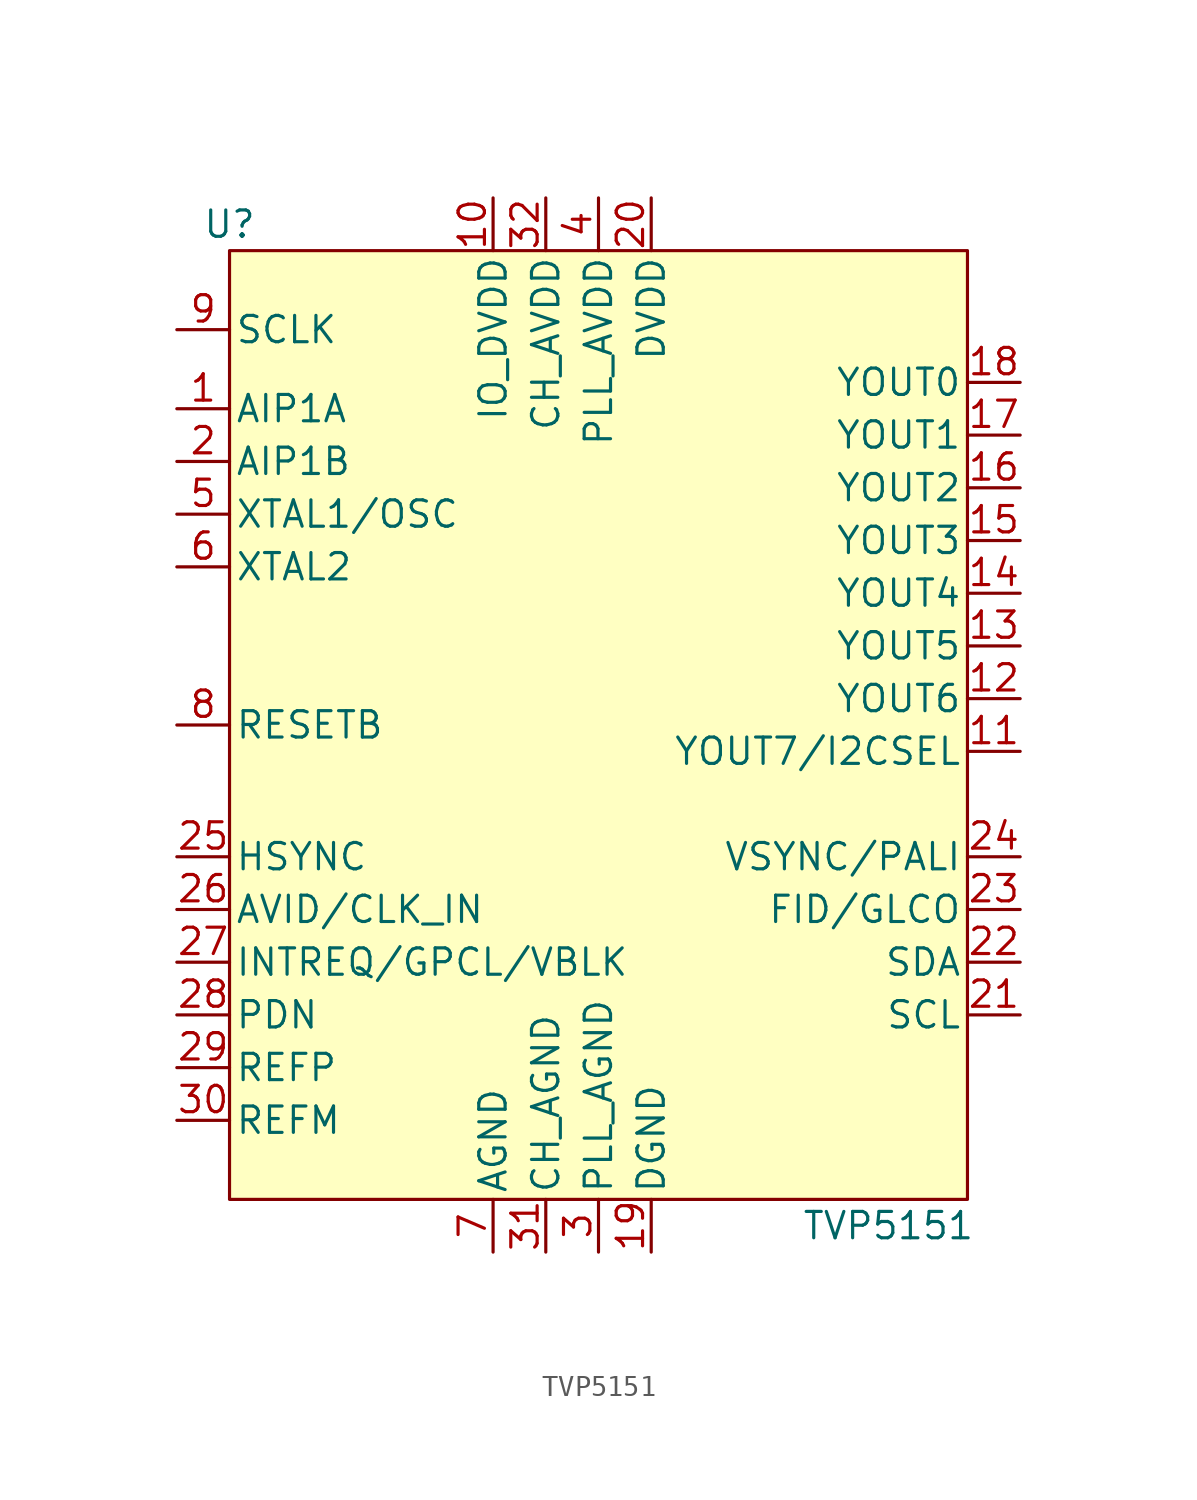
<source format=kicad_sym>
(kicad_symbol_lib
  (version 20241209)
  (generator "kicad_symbol_editor")
  (generator_version "9.0")
  (symbol "TVP5151"
    (pin_names
      (offset 0.254))
    (property "Reference" "U"
      (at -17.78 24.13 0)
      (effects (font (size 1.27 1.27))))
    (property "Value" "TVP5151"
      (at 13.97 -24.13 0)
      (effects (font (size 1.27 1.27))))
    (symbol "TVP5151_0_1"
      (pin input line (at -20.32 15.24 0) (length 2.54) (name "AIP1A" (effects (font (size 1.27 1.27)))) (number "1" (effects (font (size 1.27 1.27)))))
      (pin input line (at -20.32 12.7 0) (length 2.54) (name "AIP1B" (effects (font (size 1.27 1.27)))) (number "2" (effects (font (size 1.27 1.27)))))
      (pin bidirectional line (at -20.32 10.16 0) (length 2.54) (name "XTAL1/OSC" (effects (font (size 1.27 1.27)))) (number "5" (effects (font (size 1.27 1.27)))))
      (pin bidirectional line (at -20.32 7.62 0) (length 2.54) (name "XTAL2" (effects (font (size 1.27 1.27)))) (number "6" (effects (font (size 1.27 1.27)))))
      (pin input line (at -20.32 0 0) (length 2.54) (name "RESETB" (effects (font (size 1.27 1.27)))) (number "8" (effects (font (size 1.27 1.27)))))
      (pin output line (at -20.32 -6.35 0) (length 2.54) (name "HSYNC" (effects (font (size 1.27 1.27)))) (number "25" (effects (font (size 1.27 1.27)))))
      (pin bidirectional line (at -20.32 -8.89 0) (length 2.54) (name "AVID/CLK_IN" (effects (font (size 1.27 1.27)))) (number "26" (effects (font (size 1.27 1.27)))))
      (pin bidirectional line (at -20.32 -11.43 0) (length 2.54) (name "INTREQ/GPCL/VBLK" (effects (font (size 1.27 1.27)))) (number "27" (effects (font (size 1.27 1.27)))))
      (pin input line (at -20.32 -13.97 0) (length 2.54) (name "PDN" (effects (font (size 1.27 1.27)))) (number "28" (effects (font (size 1.27 1.27)))))
      (pin input line (at -20.32 -16.51 0) (length 2.54) (name "REFP" (effects (font (size 1.27 1.27)))) (number "29" (effects (font (size 1.27 1.27)))))
      (pin input line (at -20.32 -19.05 0) (length 2.54) (name "REFM" (effects (font (size 1.27 1.27)))) (number "30" (effects (font (size 1.27 1.27)))))
      (pin input line (at -5.08 25.4 270) (length 2.54) (name "IO_DVDD" (effects (font (size 1.27 1.27)))) (number "10" (effects (font (size 1.27 1.27)))))
      (pin input line (at -5.08 -25.4 90) (length 2.54) (name "AGND" (effects (font (size 1.27 1.27)))) (number "7" (effects (font (size 1.27 1.27)))))
      (pin input line (at -2.54 25.4 270) (length 2.54) (name "CH_AVDD" (effects (font (size 1.27 1.27)))) (number "32" (effects (font (size 1.27 1.27)))))
      (pin input line (at -2.54 -25.4 90) (length 2.54) (name "CH_AGND" (effects (font (size 1.27 1.27)))) (number "31" (effects (font (size 1.27 1.27)))))
      (pin input line (at 0 25.4 270) (length 2.54) (name "PLL_AVDD" (effects (font (size 1.27 1.27)))) (number "4" (effects (font (size 1.27 1.27)))))
      (pin input line (at 0 -25.4 90) (length 2.54) (name "PLL_AGND" (effects (font (size 1.27 1.27)))) (number "3" (effects (font (size 1.27 1.27)))))
      (pin input line (at 2.54 25.4 270) (length 2.54) (name "DVDD" (effects (font (size 1.27 1.27)))) (number "20" (effects (font (size 1.27 1.27)))))
      (pin input line (at 2.54 -25.4 90) (length 2.54) (name "DGND" (effects (font (size 1.27 1.27)))) (number "19" (effects (font (size 1.27 1.27)))))
      (pin bidirectional line (at 20.32 16.51 180) (length 2.54) (name "YOUT0" (effects (font (size 1.27 1.27)))) (number "18" (effects (font (size 1.27 1.27)))))
      (pin bidirectional line (at 20.32 13.97 180) (length 2.54) (name "YOUT1" (effects (font (size 1.27 1.27)))) (number "17" (effects (font (size 1.27 1.27)))))
      (pin bidirectional line (at 20.32 11.43 180) (length 2.54) (name "YOUT2" (effects (font (size 1.27 1.27)))) (number "16" (effects (font (size 1.27 1.27)))))
      (pin bidirectional line (at 20.32 8.89 180) (length 2.54) (name "YOUT3" (effects (font (size 1.27 1.27)))) (number "15" (effects (font (size 1.27 1.27)))))
      (pin bidirectional line (at 20.32 6.35 180) (length 2.54) (name "YOUT4" (effects (font (size 1.27 1.27)))) (number "14" (effects (font (size 1.27 1.27)))))
      (pin bidirectional line (at 20.32 3.81 180) (length 2.54) (name "YOUT5" (effects (font (size 1.27 1.27)))) (number "13" (effects (font (size 1.27 1.27)))))
      (pin bidirectional line (at 20.32 1.27 180) (length 2.54) (name "YOUT6" (effects (font (size 1.27 1.27)))) (number "12" (effects (font (size 1.27 1.27)))))
      (pin bidirectional line (at 20.32 -1.27 180) (length 2.54) (name "YOUT7/I2CSEL" (effects (font (size 1.27 1.27)))) (number "11" (effects (font (size 1.27 1.27)))))
      (pin output line (at 20.32 -6.35 180) (length 2.54) (name "VSYNC/PALI" (effects (font (size 1.27 1.27)))) (number "24" (effects (font (size 1.27 1.27)))))
      (pin output line (at 20.32 -8.89 180) (length 2.54) (name "FID/GLCO" (effects (font (size 1.27 1.27)))) (number "23" (effects (font (size 1.27 1.27)))))
      (pin bidirectional line (at 20.32 -11.43 180) (length 2.54) (name "SDA" (effects (font (size 1.27 1.27)))) (number "22" (effects (font (size 1.27 1.27)))))
      (pin bidirectional line (at 20.32 -13.97 180) (length 2.54) (name "SCL" (effects (font (size 1.27 1.27)))) (number "21" (effects (font (size 1.27 1.27))))))
    (symbol "TVP5151_1_1"
      (rectangle (start -17.78 22.86) (end 17.78 -22.86) (stroke (width 0) (type solid)) (fill (type background)))
      (pin output line (at -20.32 19.05 0) (length 2.54) (name "SCLK" (effects (font (size 1.27 1.27)))) (number "9" (effects (font (size 1.27 1.27))))))))
</source>
